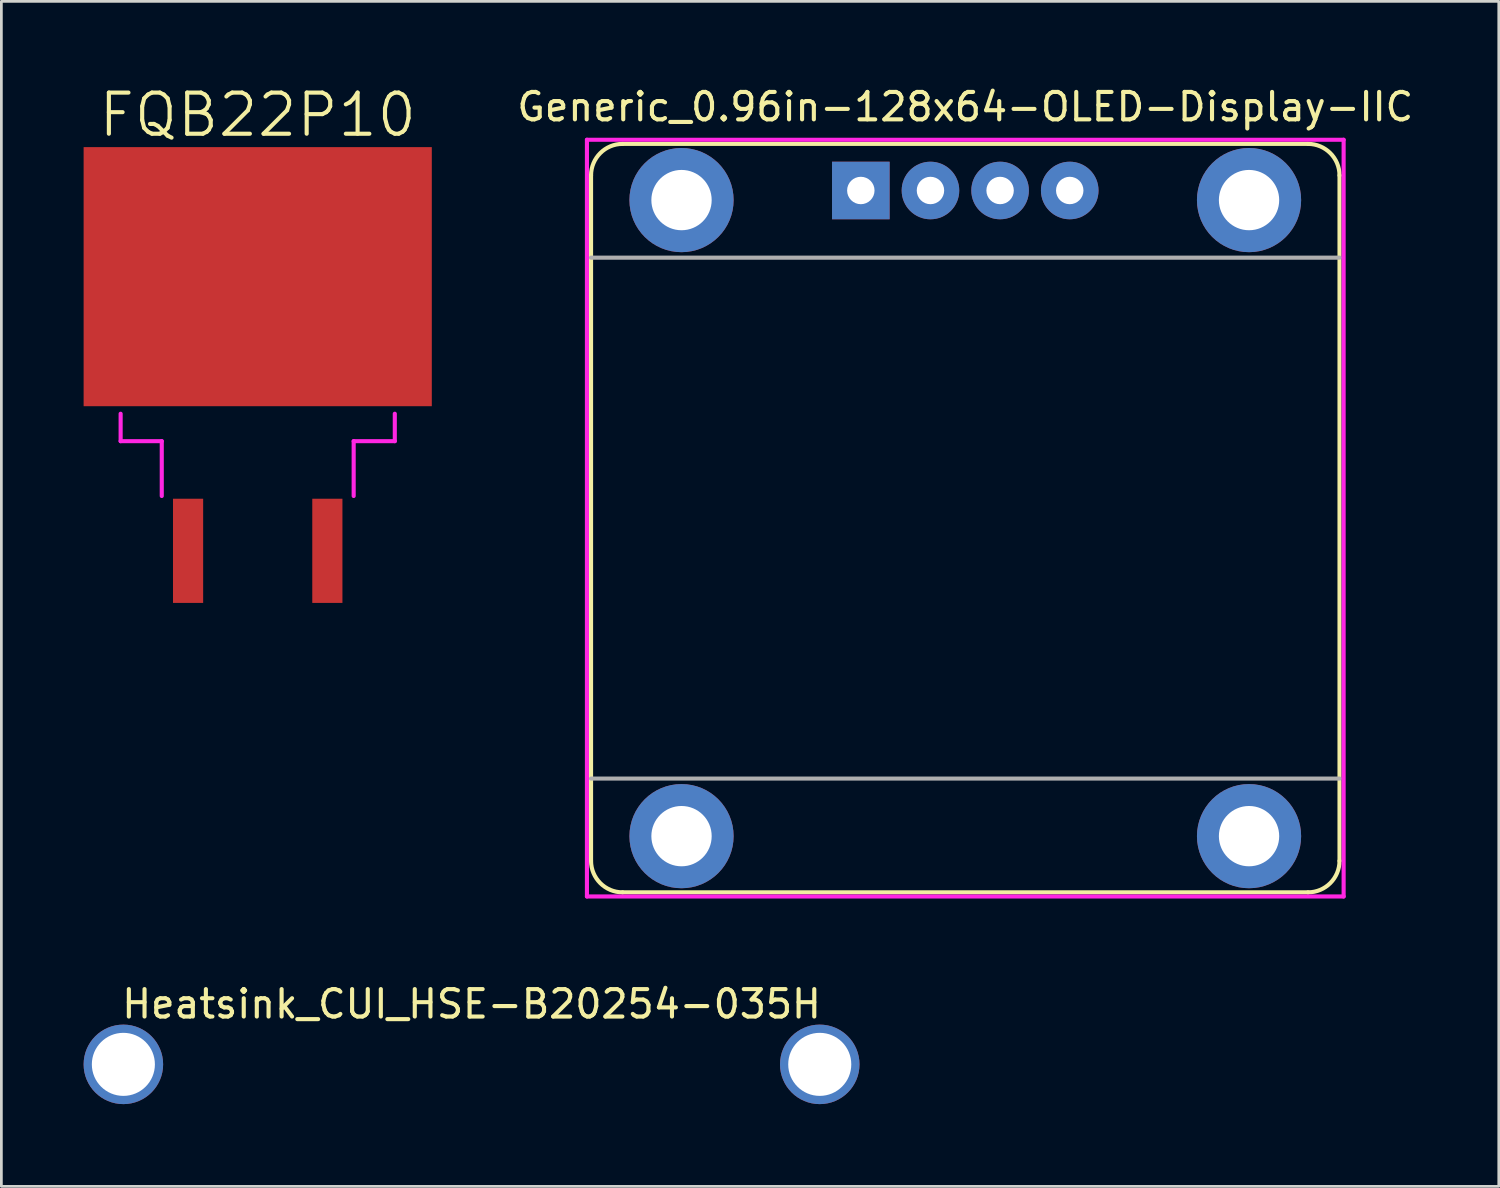
<source format=kicad_pcb>
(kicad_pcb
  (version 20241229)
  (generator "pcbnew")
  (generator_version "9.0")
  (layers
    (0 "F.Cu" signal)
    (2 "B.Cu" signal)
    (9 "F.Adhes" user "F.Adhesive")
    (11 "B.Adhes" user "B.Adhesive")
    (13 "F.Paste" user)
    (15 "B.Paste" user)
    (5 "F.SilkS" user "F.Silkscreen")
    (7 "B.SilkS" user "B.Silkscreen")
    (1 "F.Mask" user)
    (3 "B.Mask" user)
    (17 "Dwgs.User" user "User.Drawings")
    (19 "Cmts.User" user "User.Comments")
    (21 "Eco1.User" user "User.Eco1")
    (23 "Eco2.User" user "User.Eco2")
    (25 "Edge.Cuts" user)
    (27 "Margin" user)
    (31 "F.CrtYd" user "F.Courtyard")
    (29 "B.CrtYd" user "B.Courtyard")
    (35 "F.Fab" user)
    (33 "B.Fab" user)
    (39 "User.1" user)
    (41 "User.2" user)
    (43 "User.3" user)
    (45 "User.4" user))
  (footprint "FQB22P10"
    (layer "F.Cu")
    (at 6.35 7.041)
    (property "Reference" "FQB22P10" (at 0 -5.9 0) (layer "F.SilkS") (effects (font (size 1.5 1.5) (thickness 0.15))))
    (attr through_hole)
    (fp_line (start -5 5) (end -5 6) (stroke (width 0.15) (type solid)) (layer "F.CrtYd"))
    (fp_line (start -5 6) (end -3.5 6) (stroke (width 0.15) (type solid)) (layer "F.CrtYd"))
    (fp_line (start -3.5 6) (end -3.5 8) (stroke (width 0.15) (type solid)) (layer "F.CrtYd"))
    (fp_line (start 3.5 6) (end 3.5 8) (stroke (width 0.15) (type solid)) (layer "F.CrtYd"))
    (fp_line (start 5 5) (end 5 6) (stroke (width 0.15) (type solid)) (layer "F.CrtYd"))
    (fp_line (start 5 6) (end 3.5 6) (stroke (width 0.15) (type solid)) (layer "F.CrtYd"))
    (pad "D" smd rect (at 0 0) (size 12.7 9.45) (layers "F.Cu" "F.Mask" "F.Paste"))
    (pad "G" smd rect (at -2.54 10) (size 1.1 3.8) (layers "F.Cu" "F.Mask" "F.Paste"))
    (pad "S" smd rect (at 2.54 10) (size 1.1 3.8) (layers "F.Cu" "F.Mask" "F.Paste")))
  (footprint "Heatsink_CUI_HSE-B20254-035H"
    (layer "F.Cu")
    (at 14.15 35.772)
    (property "Reference" "Heatsink_CUI_HSE-B20254-035H" (at 0 -2.2 0) (layer "F.SilkS") (effects (font (size 1 1) (thickness 0.15))))
    (attr through_hole)
    (pad "" np_thru_hole circle (at -12.7 0) (size 2.9 2.9) (drill 2.3) (layers "*.Cu" "*.Mask"))
    (pad "" np_thru_hole circle (at 12.7 0) (size 2.9 2.9) (drill 2.3) (layers "*.Cu" "*.Mask")))
  (footprint "Generic_0.96in-128x64-OLED-Display-IIC"
    (layer "F.Cu")
    (at 32.158 15.848)
    (property "Reference" "Generic_0.96in-128x64-OLED-Display-IIC" (at 0 -15 0) (layer "F.SilkS") (effects (font (size 1 1) (thickness 0.15))))
    (attr through_hole)
    (fp_line (start -13.65 -12.5) (end -13.65 12.5) (stroke (width 0.15) (type solid)) (layer "F.SilkS"))
    (fp_line (start -12.5 -13.65) (end 12.5 -13.65) (stroke (width 0.15) (type solid)) (layer "F.SilkS"))
    (fp_line (start -12.5 13.65) (end 12.5 13.65) (stroke (width 0.15) (type solid)) (layer "F.SilkS"))
    (fp_line (start 13.65 -12.5) (end 13.65 12.5) (stroke (width 0.15) (type solid)) (layer "F.SilkS"))
    (fp_arc (start -13.65 -12.5) (mid -13.313173 -13.313173) (end -12.5 -13.65) (stroke (width 0.15) (type solid)) (layer "F.SilkS"))
    (fp_arc (start -12.5 13.65) (mid -13.313173 13.313173) (end -13.65 12.5) (stroke (width 0.15) (type solid)) (layer "F.SilkS"))
    (fp_arc (start 12.5 -13.65) (mid 13.313173 -13.313173) (end 13.65 -12.5) (stroke (width 0.15) (type solid)) (layer "F.SilkS"))
    (fp_arc (start 13.65 12.5) (mid 13.313173 13.313173) (end 12.5 13.65) (stroke (width 0.15) (type solid)) (layer "F.SilkS"))
    (fp_line (start -13.8 -13.8) (end -13.8 13.8) (stroke (width 0.15) (type solid)) (layer "F.CrtYd"))
    (fp_line (start -13.8 -13.8) (end 13.8 -13.8) (stroke (width 0.15) (type solid)) (layer "F.CrtYd"))
    (fp_line (start -13.8 13.8) (end 13.8 13.8) (stroke (width 0.15) (type solid)) (layer "F.CrtYd"))
    (fp_line (start 13.8 -13.8) (end 13.8 13.8) (stroke (width 0.15) (type solid)) (layer "F.CrtYd"))
    (fp_line (start -13.65 -9.5) (end 13.65 -9.5) (stroke (width 0.15) (type solid)) (layer "F.Fab"))
    (fp_line (start -13.65 9.5) (end 13.65 9.5) (stroke (width 0.15) (type solid)) (layer "F.Fab"))
    (pad "" np_thru_hole circle (at -10.35 -11.6) (size 3.8 3.8) (drill 2.2) (layers "*.Cu" "*.Mask"))
    (pad "" np_thru_hole circle (at -10.35 11.6) (size 3.8 3.8) (drill 2.2) (layers "*.Cu" "*.Mask"))
    (pad "" np_thru_hole circle (at 10.35 -11.6) (size 3.8 3.8) (drill 2.2) (layers "*.Cu" "*.Mask"))
    (pad "" np_thru_hole circle (at 10.35 11.6) (size 3.8 3.8) (drill 2.2) (layers "*.Cu" "*.Mask"))
    (pad "1" thru_hole rect (at -3.81 -11.95) (size 2.1 2.1) (drill 1) (layers "*.Cu" "*.Mask"))
    (pad "2" thru_hole circle (at -1.27 -11.95) (size 2.1 2.1) (drill 1) (layers "*.Cu" "*.Mask"))
    (pad "3" thru_hole circle (at 1.27 -11.95) (size 2.1 2.1) (drill 1) (layers "*.Cu" "*.Mask"))
    (pad "4" thru_hole circle (at 3.81 -11.95) (size 2.1 2.1) (drill 1) (layers "*.Cu" "*.Mask")))
  (gr_rect
    (start -3 -3)
    (end 51.617 40.221)
    (stroke (width 0.1) (type default))
    (fill no)
    (layer "Edge.Cuts")))
</source>
